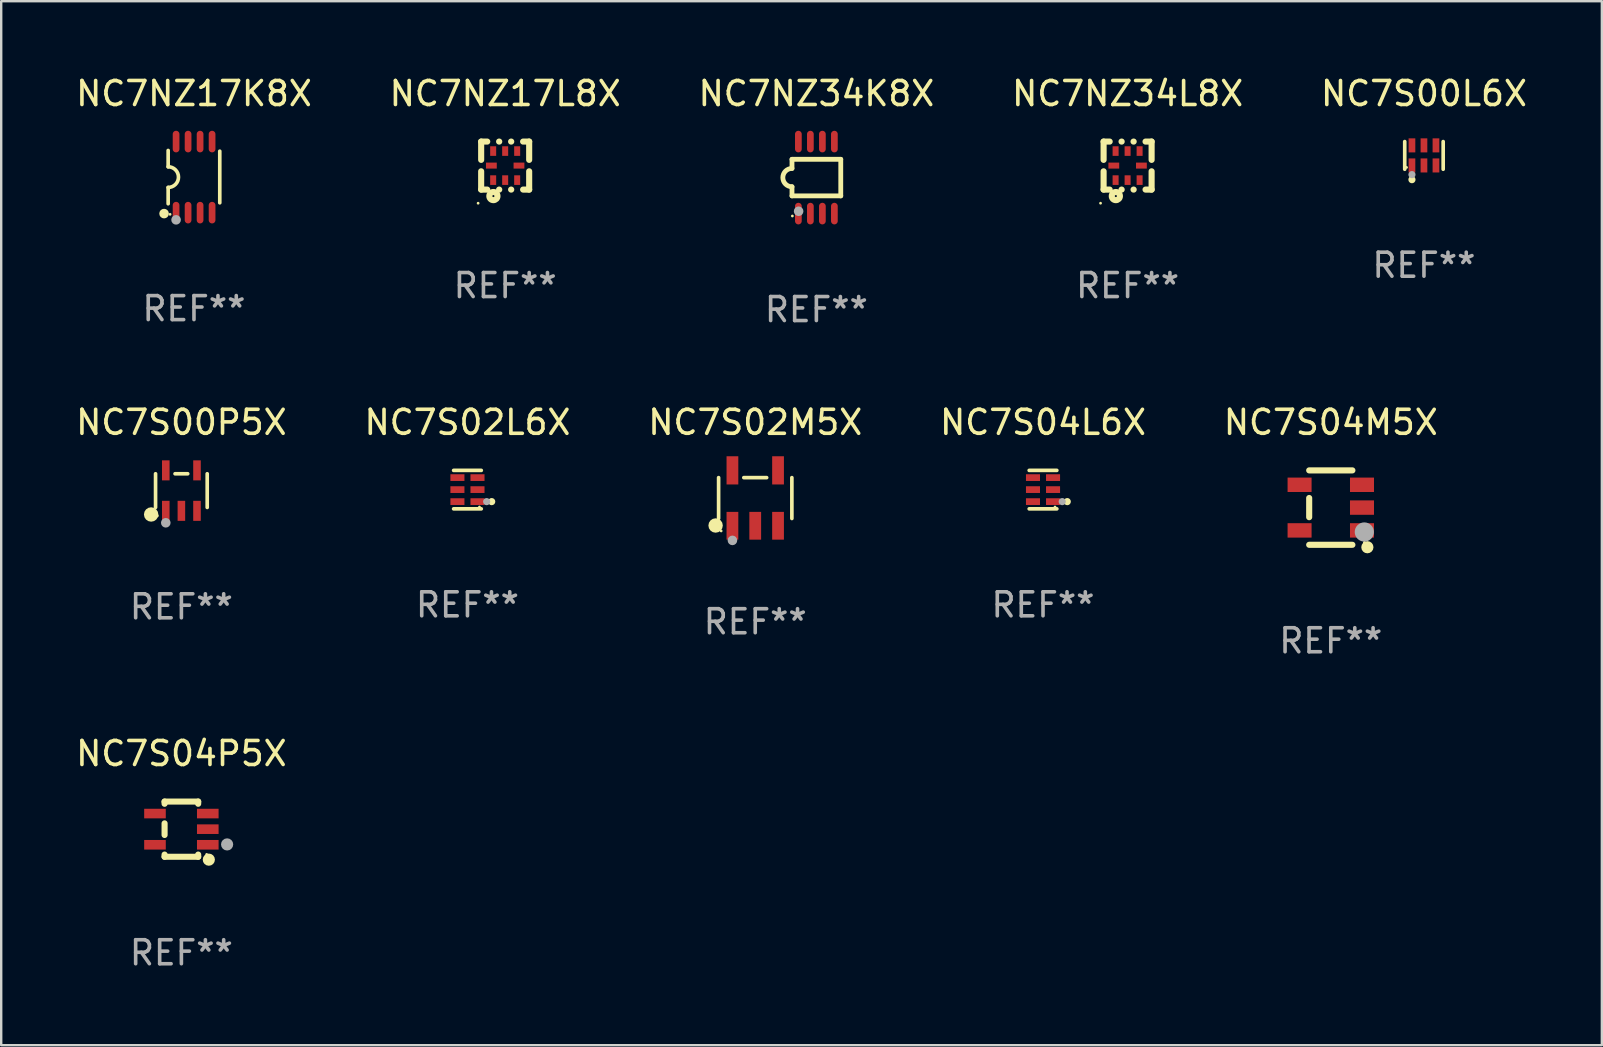
<source format=kicad_pcb>
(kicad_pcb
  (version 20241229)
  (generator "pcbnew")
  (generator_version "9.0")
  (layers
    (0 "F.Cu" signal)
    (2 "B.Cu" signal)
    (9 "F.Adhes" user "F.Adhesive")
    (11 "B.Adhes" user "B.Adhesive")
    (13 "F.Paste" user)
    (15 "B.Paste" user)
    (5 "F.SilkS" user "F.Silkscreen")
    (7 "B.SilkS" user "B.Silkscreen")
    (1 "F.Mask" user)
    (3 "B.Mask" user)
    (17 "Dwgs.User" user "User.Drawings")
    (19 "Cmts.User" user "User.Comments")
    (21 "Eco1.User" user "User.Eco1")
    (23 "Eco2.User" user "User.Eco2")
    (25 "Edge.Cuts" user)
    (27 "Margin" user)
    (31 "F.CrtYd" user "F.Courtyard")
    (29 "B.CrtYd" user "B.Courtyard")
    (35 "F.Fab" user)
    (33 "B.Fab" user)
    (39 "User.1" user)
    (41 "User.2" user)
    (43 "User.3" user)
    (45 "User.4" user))
  (footprint "NC7S04P5X"
    (layer "F.Cu")
    (at 4.506 31.491)
    (property "Reference" "NC7S04P5X" (at 0 -3.15 0) (layer "F.SilkS") (effects (font (size 1 1) (thickness 0.15))))
    (attr through_hole)
    (fp_line (start -0.7 -1.15) (end 0.7 -1.15) (stroke (width 0.254) (type solid)) (layer "F.SilkS"))
    (fp_line (start -0.7 -1.058) (end -0.7 -1.15) (stroke (width 0.254) (type solid)) (layer "F.SilkS"))
    (fp_line (start -0.7 0.242) (end -0.7 -0.242) (stroke (width 0.254) (type solid)) (layer "F.SilkS"))
    (fp_line (start -0.7 1.15) (end -0.7 1.058) (stroke (width 0.254) (type solid)) (layer "F.SilkS"))
    (fp_line (start -0.7 1.15) (end 0.7 1.15) (stroke (width 0.254) (type solid)) (layer "F.SilkS"))
    (fp_line (start 0.7 -1.058) (end 0.7 -1.15) (stroke (width 0.254) (type solid)) (layer "F.SilkS"))
    (fp_line (start 0.7 1.15) (end 0.7 1.058) (stroke (width 0.254) (type solid)) (layer "F.SilkS"))
    (fp_circle (center 1.053 1.052) (end 1.083 1.052) (stroke (width 0.06) (type solid)) (fill no) (layer "F.SilkS"))
    (fp_circle (center 1.143 1.27) (end 1.27 1.27) (stroke (width 0.254) (type solid)) (fill no) (layer "F.SilkS"))
    (fp_circle (center 1.905 0.635) (end 2.032 0.635) (stroke (width 0.254) (type solid)) (fill no) (layer "F.Fab"))
    (fp_text user "REF**" (at 0 5.15 0) (layer "F.Fab") (effects (font (size 1 1) (thickness 0.15))))
    (pad "1" smd rect (at 1.1 0.65 90) (size 0.4 0.9) (layers "F.Cu" "F.Mask" "F.Paste"))
    (pad "2" smd rect (at 1.1 0.000076 90) (size 0.4 0.9) (layers "F.Cu" "F.Mask" "F.Paste"))
    (pad "3" smd rect (at 1.1 -0.65 90) (size 0.4 0.9) (layers "F.Cu" "F.Mask" "F.Paste"))
    (pad "4" smd rect (at -1.1 -0.65 90) (size 0.4 0.9) (layers "F.Cu" "F.Mask" "F.Paste"))
    (pad "5" smd rect (at -1.1 0.65 90) (size 0.4 0.9) (layers "F.Cu" "F.Mask" "F.Paste")))
  (footprint "NC7S04L6X"
    (layer "F.Cu")
    (at 40.399 17.346)
    (property "Reference" "NC7S04L6X" (at 0 -2.801 0) (layer "F.SilkS") (effects (font (size 1 1) (thickness 0.15))))
    (attr through_hole)
    (fp_line (start 0.576 -0.801) (end -0.576 -0.801) (stroke (width 0.152) (type solid)) (layer "F.SilkS"))
    (fp_line (start 0.576 0.801) (end -0.576 0.801) (stroke (width 0.152) (type solid)) (layer "F.SilkS"))
    (fp_circle (center 0.5 0.725) (end 0.53 0.725) (stroke (width 0.06) (type solid)) (fill no) (layer "F.SilkS"))
    (fp_circle (center 1.01 0.5) (end 1.085 0.5) (stroke (width 0.15) (type solid)) (fill no) (layer "F.SilkS"))
    (fp_circle (center 0.8 0.5) (end 0.875 0.5) (stroke (width 0.15) (type solid)) (fill no) (layer "F.Fab"))
    (fp_text user "REF**" (at 0 4.801 0) (layer "F.Fab") (effects (font (size 1 1) (thickness 0.15))))
    (pad "1" smd rect (at 0.418 0.5 90) (size 0.28 0.585) (layers "F.Cu" "F.Mask" "F.Paste"))
    (pad "2" smd rect (at 0.418 0 90) (size 0.28 0.585) (layers "F.Cu" "F.Mask" "F.Paste"))
    (pad "3" smd rect (at 0.418 -0.5 90) (size 0.28 0.585) (layers "F.Cu" "F.Mask" "F.Paste"))
    (pad "4" smd rect (at -0.418 -0.5 90) (size 0.28 0.585) (layers "F.Cu" "F.Mask" "F.Paste"))
    (pad "5" smd rect (at -0.418 0 90) (size 0.28 0.585) (layers "F.Cu" "F.Mask" "F.Paste"))
    (pad "6" smd rect (at -0.418 0.5 90) (size 0.28 0.585) (layers "F.Cu" "F.Mask" "F.Paste")))
  (footprint "NC7NZ17K8X"
    (layer "F.Cu")
    (at 5.03 4.328)
    (property "Reference" "NC7NZ17K8X" (at 0 -3.48 0) (layer "F.SilkS") (effects (font (size 1 1) (thickness 0.15))))
    (attr through_hole)
    (fp_line (start -1.075 -1.11) (end -1.075 -0.43) (stroke (width 0.152) (type solid)) (layer "F.SilkS"))
    (fp_line (start -1.075 1.11) (end -1.075 0.43) (stroke (width 0.152) (type solid)) (layer "F.SilkS"))
    (fp_line (start 1.075 -1.08) (end 1.075 1.07) (stroke (width 0.152) (type solid)) (layer "F.SilkS"))
    (fp_arc (start -1.075272 -0.430531) (mid -0.645021 -0.000431) (end -1.074994 0.429947) (stroke (width 0.151994) (type solid)) (layer "F.SilkS"))
    (fp_circle (center -1.245 1.52) (end -1.145 1.52) (stroke (width 0.2) (type solid)) (fill no) (layer "F.SilkS"))
    (fp_circle (center -0.995 1.55) (end -0.965 1.55) (stroke (width 0.06) (type solid)) (fill no) (layer "F.SilkS"))
    (fp_circle (center -0.745 1.78) (end -0.645 1.78) (stroke (width 0.2) (type solid)) (fill no) (layer "F.Fab"))
    (fp_text user "REF**" (at 0 5.48 0) (layer "F.Fab") (effects (font (size 1 1) (thickness 0.15))))
    (pad "1" smd oval (at -0.745 1.48) (size 0.28 0.9) (layers "F.Cu" "F.Mask" "F.Paste"))
    (pad "2" smd oval (at -0.245 1.48) (size 0.28 0.9) (layers "F.Cu" "F.Mask" "F.Paste"))
    (pad "3" smd oval (at 0.255 1.48) (size 0.28 0.9) (layers "F.Cu" "F.Mask" "F.Paste"))
    (pad "4" smd oval (at 0.755 1.48) (size 0.28 0.9) (layers "F.Cu" "F.Mask" "F.Paste"))
    (pad "5" smd oval (at 0.755 -1.48) (size 0.28 0.9) (layers "F.Cu" "F.Mask" "F.Paste"))
    (pad "6" smd oval (at 0.255 -1.48) (size 0.28 0.9) (layers "F.Cu" "F.Mask" "F.Paste"))
    (pad "7" smd oval (at -0.245 -1.48) (size 0.28 0.9) (layers "F.Cu" "F.Mask" "F.Paste"))
    (pad "8" smd oval (at -0.745 -1.48) (size 0.28 0.9) (layers "F.Cu" "F.Mask" "F.Paste")))
  (footprint "NC7NZ34L8X"
    (layer "F.Cu")
    (at 43.923 3.848)
    (property "Reference" "NC7NZ34L8X" (at 0 -3 0) (layer "F.SilkS") (effects (font (size 1 1) (thickness 0.15))))
    (attr through_hole)
    (fp_line (start -1 -1) (end -0.747 -1) (stroke (width 0.254) (type solid)) (layer "F.SilkS"))
    (fp_line (start -1 -0.238) (end -1 -1) (stroke (width 0.254) (type solid)) (layer "F.SilkS"))
    (fp_line (start -1 1) (end -1 0.238) (stroke (width 0.254) (type solid)) (layer "F.SilkS"))
    (fp_line (start -0.747 1) (end -1 1) (stroke (width 0.254) (type solid)) (layer "F.SilkS"))
    (fp_line (start -0.253 -1) (end -0.247 -1) (stroke (width 0.254) (type solid)) (layer "F.SilkS"))
    (fp_line (start -0.247 1) (end -0.253 1) (stroke (width 0.254) (type solid)) (layer "F.SilkS"))
    (fp_line (start 0.247 -1) (end 0.253 -1) (stroke (width 0.254) (type solid)) (layer "F.SilkS"))
    (fp_line (start 0.253 1) (end 0.247 1) (stroke (width 0.254) (type solid)) (layer "F.SilkS"))
    (fp_line (start 0.747 -1) (end 1 -1) (stroke (width 0.254) (type solid)) (layer "F.SilkS"))
    (fp_line (start 1 -1) (end 1 -0.238) (stroke (width 0.254) (type solid)) (layer "F.SilkS"))
    (fp_line (start 1 0.238) (end 1 1) (stroke (width 0.254) (type solid)) (layer "F.SilkS"))
    (fp_line (start 1 1) (end 0.747 1) (stroke (width 0.254) (type solid)) (layer "F.SilkS"))
    (fp_circle (center -1.127 1.567) (end -1.097 1.567) (stroke (width 0.06) (type solid)) (fill no) (layer "F.SilkS"))
    (fp_circle (center -0.49 1.27) (end -0.32 1.27) (stroke (width 0.254) (type solid)) (fill no) (layer "F.SilkS"))
    (fp_text user "REF**" (at 0 5 0) (layer "F.Fab") (effects (font (size 1 1) (thickness 0.15))))
    (pad "1" smd rect (at -0.5 0.605 90) (size 0.4 0.25) (layers "F.Cu" "F.Mask" "F.Paste"))
    (pad "2" smd rect (at 0 0.605 90) (size 0.4 0.25) (layers "F.Cu" "F.Mask" "F.Paste"))
    (pad "3" smd rect (at 0.5 0.605 90) (size 0.4 0.25) (layers "F.Cu" "F.Mask" "F.Paste"))
    (pad "4" smd rect (at 0.575 0 180) (size 0.45 0.25) (layers "F.Cu" "F.Mask" "F.Paste"))
    (pad "5" smd rect (at 0.5 -0.605 270) (size 0.4 0.25) (layers "F.Cu" "F.Mask" "F.Paste"))
    (pad "6" smd rect (at 0 -0.605 270) (size 0.4 0.25) (layers "F.Cu" "F.Mask" "F.Paste"))
    (pad "7" smd rect (at -0.5 -0.605 270) (size 0.4 0.25) (layers "F.Cu" "F.Mask" "F.Paste"))
    (pad "8" smd rect (at -0.575 0) (size 0.45 0.25) (layers "F.Cu" "F.Mask" "F.Paste")))
  (footprint "NC7S04M5X"
    (layer "F.Cu")
    (at 52.387 18.095)
    (property "Reference" "NC7S04M5X" (at 0 -3.55 0) (layer "F.SilkS") (effects (font (size 1 1) (thickness 0.15))))
    (attr through_hole)
    (fp_line (start -0.9 -1.55) (end 0.9 -1.55) (stroke (width 0.254) (type solid)) (layer "F.SilkS"))
    (fp_line (start -0.9 0.4) (end -0.9 -0.4) (stroke (width 0.254) (type solid)) (layer "F.SilkS"))
    (fp_line (start -0.9 1.55) (end 0.9 1.55) (stroke (width 0.254) (type solid)) (layer "F.SilkS"))
    (fp_circle (center 1.4 1.45) (end 1.43 1.45) (stroke (width 0.06) (type solid)) (fill no) (layer "F.SilkS"))
    (fp_circle (center 1.524 1.651) (end 1.651 1.651) (stroke (width 0.254) (type solid)) (fill no) (layer "F.SilkS"))
    (fp_circle (center 1.397 1.016) (end 1.597 1.016) (stroke (width 0.4) (type solid)) (fill no) (layer "F.Fab"))
    (fp_text user "REF**" (at 0 5.55 0) (layer "F.Fab") (effects (font (size 1 1) (thickness 0.15))))
    (pad "1" smd rect (at 1.3 0.95) (size 1 0.6) (layers "F.Cu" "F.Mask" "F.Paste"))
    (pad "2" smd rect (at 1.3 -0.000051) (size 1 0.6) (layers "F.Cu" "F.Mask" "F.Paste"))
    (pad "3" smd rect (at 1.3 -0.95) (size 1 0.6) (layers "F.Cu" "F.Mask" "F.Paste"))
    (pad "4" smd rect (at -1.3 -0.95) (size 1 0.6) (layers "F.Cu" "F.Mask" "F.Paste"))
    (pad "5" smd rect (at -1.3 0.95) (size 1 0.6) (layers "F.Cu" "F.Mask" "F.Paste")))
  (footprint "NC7S02L6X"
    (layer "F.Cu")
    (at 16.423 17.346)
    (property "Reference" "NC7S02L6X" (at 0 -2.801 0) (layer "F.SilkS") (effects (font (size 1 1) (thickness 0.15))))
    (attr through_hole)
    (fp_line (start 0.576 -0.801) (end -0.576 -0.801) (stroke (width 0.152) (type solid)) (layer "F.SilkS"))
    (fp_line (start 0.576 0.801) (end -0.576 0.801) (stroke (width 0.152) (type solid)) (layer "F.SilkS"))
    (fp_circle (center 0.5 0.725) (end 0.53 0.725) (stroke (width 0.06) (type solid)) (fill no) (layer "F.SilkS"))
    (fp_circle (center 1.01 0.5) (end 1.085 0.5) (stroke (width 0.15) (type solid)) (fill no) (layer "F.SilkS"))
    (fp_circle (center 0.8 0.5) (end 0.875 0.5) (stroke (width 0.15) (type solid)) (fill no) (layer "F.Fab"))
    (fp_text user "REF**" (at 0 4.801 0) (layer "F.Fab") (effects (font (size 1 1) (thickness 0.15))))
    (pad "1" smd rect (at 0.418 0.5 90) (size 0.28 0.585) (layers "F.Cu" "F.Mask" "F.Paste"))
    (pad "2" smd rect (at 0.418 0 90) (size 0.28 0.585) (layers "F.Cu" "F.Mask" "F.Paste"))
    (pad "3" smd rect (at 0.418 -0.5 90) (size 0.28 0.585) (layers "F.Cu" "F.Mask" "F.Paste"))
    (pad "4" smd rect (at -0.418 -0.5 90) (size 0.28 0.585) (layers "F.Cu" "F.Mask" "F.Paste"))
    (pad "5" smd rect (at -0.418 0 90) (size 0.28 0.585) (layers "F.Cu" "F.Mask" "F.Paste"))
    (pad "6" smd rect (at -0.418 0.5 90) (size 0.28 0.585) (layers "F.Cu" "F.Mask" "F.Paste")))
  (footprint "NC7S00P5X"
    (layer "F.Cu")
    (at 4.506 17.387)
    (property "Reference" "NC7S00P5X" (at 0 -2.843 0) (layer "F.SilkS") (effects (font (size 1 1) (thickness 0.15))))
    (attr through_hole)
    (fp_line (start -1.076 0.701) (end -1.076 -0.701) (stroke (width 0.152) (type solid)) (layer "F.SilkS"))
    (fp_line (start 0.264 -0.701) (end -0.264 -0.701) (stroke (width 0.152) (type solid)) (layer "F.SilkS"))
    (fp_line (start 1.076 0.701) (end 1.076 -0.701) (stroke (width 0.152) (type solid)) (layer "F.SilkS"))
    (fp_circle (center -1.26 0.995) (end -1.11 0.995) (stroke (width 0.3) (type solid)) (fill no) (layer "F.SilkS"))
    (fp_circle (center -1 1.05) (end -0.97 1.05) (stroke (width 0.06) (type solid)) (fill no) (layer "F.SilkS"))
    (fp_circle (center -0.65 1.341) (end -0.55 1.341) (stroke (width 0.2) (type solid)) (fill no) (layer "F.Fab"))
    (fp_text user "REF**" (at 0 4.843 0) (layer "F.Fab") (effects (font (size 1 1) (thickness 0.15))))
    (pad "1" smd rect (at -0.65 0.843) (size 0.315 0.835) (layers "F.Cu" "F.Mask" "F.Paste"))
    (pad "2" smd rect (at 0.00014 0.843) (size 0.315 0.835) (layers "F.Cu" "F.Mask" "F.Paste"))
    (pad "3" smd rect (at 0.65 0.843) (size 0.315 0.835) (layers "F.Cu" "F.Mask" "F.Paste"))
    (pad "4" smd rect (at 0.65 -0.843) (size 0.315 0.835) (layers "F.Cu" "F.Mask" "F.Paste"))
    (pad "5" smd rect (at -0.65 -0.843) (size 0.315 0.835) (layers "F.Cu" "F.Mask" "F.Paste")))
  (footprint "NC7NZ17L8X"
    (layer "F.Cu")
    (at 17.994 3.848)
    (property "Reference" "NC7NZ17L8X" (at 0 -3 0) (layer "F.SilkS") (effects (font (size 1 1) (thickness 0.15))))
    (attr through_hole)
    (fp_line (start -1 -1) (end -0.747 -1) (stroke (width 0.254) (type solid)) (layer "F.SilkS"))
    (fp_line (start -1 -0.238) (end -1 -1) (stroke (width 0.254) (type solid)) (layer "F.SilkS"))
    (fp_line (start -1 1) (end -1 0.238) (stroke (width 0.254) (type solid)) (layer "F.SilkS"))
    (fp_line (start -0.747 1) (end -1 1) (stroke (width 0.254) (type solid)) (layer "F.SilkS"))
    (fp_line (start -0.253 -1) (end -0.247 -1) (stroke (width 0.254) (type solid)) (layer "F.SilkS"))
    (fp_line (start -0.247 1) (end -0.253 1) (stroke (width 0.254) (type solid)) (layer "F.SilkS"))
    (fp_line (start 0.247 -1) (end 0.253 -1) (stroke (width 0.254) (type solid)) (layer "F.SilkS"))
    (fp_line (start 0.253 1) (end 0.247 1) (stroke (width 0.254) (type solid)) (layer "F.SilkS"))
    (fp_line (start 0.747 -1) (end 1 -1) (stroke (width 0.254) (type solid)) (layer "F.SilkS"))
    (fp_line (start 1 -1) (end 1 -0.238) (stroke (width 0.254) (type solid)) (layer "F.SilkS"))
    (fp_line (start 1 0.238) (end 1 1) (stroke (width 0.254) (type solid)) (layer "F.SilkS"))
    (fp_line (start 1 1) (end 0.747 1) (stroke (width 0.254) (type solid)) (layer "F.SilkS"))
    (fp_circle (center -1.127 1.567) (end -1.097 1.567) (stroke (width 0.06) (type solid)) (fill no) (layer "F.SilkS"))
    (fp_circle (center -0.49 1.27) (end -0.32 1.27) (stroke (width 0.254) (type solid)) (fill no) (layer "F.SilkS"))
    (fp_text user "REF**" (at 0 5 0) (layer "F.Fab") (effects (font (size 1 1) (thickness 0.15))))
    (pad "1" smd rect (at -0.5 0.605 90) (size 0.4 0.25) (layers "F.Cu" "F.Mask" "F.Paste"))
    (pad "2" smd rect (at 0 0.605 90) (size 0.4 0.25) (layers "F.Cu" "F.Mask" "F.Paste"))
    (pad "3" smd rect (at 0.5 0.605 90) (size 0.4 0.25) (layers "F.Cu" "F.Mask" "F.Paste"))
    (pad "4" smd rect (at 0.575 0 180) (size 0.45 0.25) (layers "F.Cu" "F.Mask" "F.Paste"))
    (pad "5" smd rect (at 0.5 -0.605 270) (size 0.4 0.25) (layers "F.Cu" "F.Mask" "F.Paste"))
    (pad "6" smd rect (at 0 -0.605 270) (size 0.4 0.25) (layers "F.Cu" "F.Mask" "F.Paste"))
    (pad "7" smd rect (at -0.5 -0.605 270) (size 0.4 0.25) (layers "F.Cu" "F.Mask" "F.Paste"))
    (pad "8" smd rect (at -0.575 0) (size 0.45 0.25) (layers "F.Cu" "F.Mask" "F.Paste")))
  (footprint "NC7S02M5X"
    (layer "F.Cu")
    (at 28.411 17.698)
    (property "Reference" "NC7S02M5X" (at 0 -3.154 0) (layer "F.SilkS") (effects (font (size 1 1) (thickness 0.15))))
    (attr through_hole)
    (fp_line (start -1.526 0.851) (end -1.526 -0.851) (stroke (width 0.152) (type solid)) (layer "F.SilkS"))
    (fp_line (start 0.476 -0.851) (end -0.476 -0.851) (stroke (width 0.152) (type solid)) (layer "F.SilkS"))
    (fp_line (start 1.526 0.851) (end 1.526 -0.851) (stroke (width 0.152) (type solid)) (layer "F.SilkS"))
    (fp_circle (center -1.651 1.143) (end -1.501 1.143) (stroke (width 0.3) (type solid)) (fill no) (layer "F.SilkS"))
    (fp_circle (center -1.42 1.37) (end -1.39 1.37) (stroke (width 0.06) (type solid)) (fill no) (layer "F.SilkS"))
    (fp_circle (center -0.95 1.763) (end -0.85 1.763) (stroke (width 0.2) (type solid)) (fill no) (layer "F.Fab"))
    (fp_text user "REF**" (at 0 5.154 0) (layer "F.Fab") (effects (font (size 1 1) (thickness 0.15))))
    (pad "1" smd rect (at -0.95 1.154) (size 0.49 1.157) (layers "F.Cu" "F.Mask" "F.Paste"))
    (pad "2" smd rect (at 0 1.154) (size 0.49 1.157) (layers "F.Cu" "F.Mask" "F.Paste"))
    (pad "3" smd rect (at 0.95 1.154) (size 0.49 1.157) (layers "F.Cu" "F.Mask" "F.Paste"))
    (pad "4" smd rect (at 0.95 -1.154) (size 0.49 1.175) (layers "F.Cu" "F.Mask" "F.Paste"))
    (pad "5" smd rect (at -0.95 -1.154) (size 0.49 1.175) (layers "F.Cu" "F.Mask" "F.Paste")))
  (footprint "NC7NZ34K8X"
    (layer "F.Cu")
    (at 30.958 4.348)
    (property "Reference" "NC7NZ34K8X" (at 0 -3.5 0) (layer "F.SilkS") (effects (font (size 1 1) (thickness 0.15))))
    (attr through_hole)
    (fp_line (start -1.016 -0.762) (end 1.016 -0.762) (stroke (width 0.2) (type solid)) (layer "F.SilkS"))
    (fp_line (start -1.016 -0.381) (end -1.016 -0.762) (stroke (width 0.2) (type solid)) (layer "F.SilkS"))
    (fp_line (start -1.016 0.762) (end -1.016 0.381) (stroke (width 0.2) (type solid)) (layer "F.SilkS"))
    (fp_line (start 1.016 -0.762) (end 1.016 0.762) (stroke (width 0.2) (type solid)) (layer "F.SilkS"))
    (fp_line (start 1.016 0.762) (end -1.016 0.762) (stroke (width 0.2) (type solid)) (layer "F.SilkS"))
    (fp_arc (start -1.016002 0.381001) (mid -1.396698 -0.000025) (end -1.016002 -0.381051) (stroke (width 0.2) (type solid)) (layer "F.SilkS"))
    (fp_circle (center -1 1.6) (end -0.97 1.6) (stroke (width 0.06) (type solid)) (fill no) (layer "F.SilkS"))
    (fp_circle (center -0.74 1.402) (end -0.64 1.402) (stroke (width 0.2) (type solid)) (fill no) (layer "F.Fab"))
    (fp_text user "REF**" (at 0 5.5 0) (layer "F.Fab") (effects (font (size 1 1) (thickness 0.15))))
    (pad "1" smd oval (at -0.75 1.5) (size 0.28 0.9) (layers "F.Cu" "F.Mask" "F.Paste"))
    (pad "2" smd oval (at -0.25 1.5) (size 0.28 0.9) (layers "F.Cu" "F.Mask" "F.Paste"))
    (pad "3" smd oval (at 0.25 1.5) (size 0.28 0.9) (layers "F.Cu" "F.Mask" "F.Paste"))
    (pad "4" smd oval (at 0.75 1.5) (size 0.28 0.9) (layers "F.Cu" "F.Mask" "F.Paste"))
    (pad "5" smd oval (at 0.75 -1.5) (size 0.28 0.9) (layers "F.Cu" "F.Mask" "F.Paste"))
    (pad "6" smd oval (at 0.25 -1.5) (size 0.28 0.9) (layers "F.Cu" "F.Mask" "F.Paste"))
    (pad "7" smd oval (at -0.25 -1.5) (size 0.28 0.9) (layers "F.Cu" "F.Mask" "F.Paste"))
    (pad "8" smd oval (at -0.75 -1.5) (size 0.28 0.9) (layers "F.Cu" "F.Mask" "F.Paste")))
  (footprint "NC7S00L6X"
    (layer "F.Cu")
    (at 56.268 3.424)
    (property "Reference" "NC7S00L6X" (at 0 -2.576 0) (layer "F.SilkS") (effects (font (size 1 1) (thickness 0.15))))
    (attr through_hole)
    (fp_line (start -0.801 0.576) (end -0.801 -0.576) (stroke (width 0.152) (type solid)) (layer "F.SilkS"))
    (fp_line (start 0.801 0.576) (end 0.801 -0.576) (stroke (width 0.152) (type solid)) (layer "F.SilkS"))
    (fp_circle (center -0.725 0.5) (end -0.695 0.5) (stroke (width 0.06) (type solid)) (fill no) (layer "F.SilkS"))
    (fp_circle (center -0.5 1.01) (end -0.425 1.01) (stroke (width 0.15) (type solid)) (fill no) (layer "F.SilkS"))
    (fp_circle (center -0.5 0.8) (end -0.425 0.8) (stroke (width 0.15) (type solid)) (fill no) (layer "F.Fab"))
    (fp_text user "REF**" (at 0 4.576 0) (layer "F.Fab") (effects (font (size 1 1) (thickness 0.15))))
    (pad "1" smd rect (at -0.5 0.418) (size 0.28 0.585) (layers "F.Cu" "F.Mask" "F.Paste"))
    (pad "2" smd rect (at 0 0.418) (size 0.28 0.585) (layers "F.Cu" "F.Mask" "F.Paste"))
    (pad "3" smd rect (at 0.5 0.418) (size 0.28 0.585) (layers "F.Cu" "F.Mask" "F.Paste"))
    (pad "4" smd rect (at 0.5 -0.418) (size 0.28 0.585) (layers "F.Cu" "F.Mask" "F.Paste"))
    (pad "5" smd rect (at 0 -0.418) (size 0.28 0.585) (layers "F.Cu" "F.Mask" "F.Paste"))
    (pad "6" smd rect (at -0.5 -0.418) (size 0.28 0.585) (layers "F.Cu" "F.Mask" "F.Paste")))
  (gr_rect
    (start -3 -3)
    (end 63.679 40.49)
    (stroke (width 0.1) (type default))
    (fill no)
    (layer "Edge.Cuts")))
</source>
